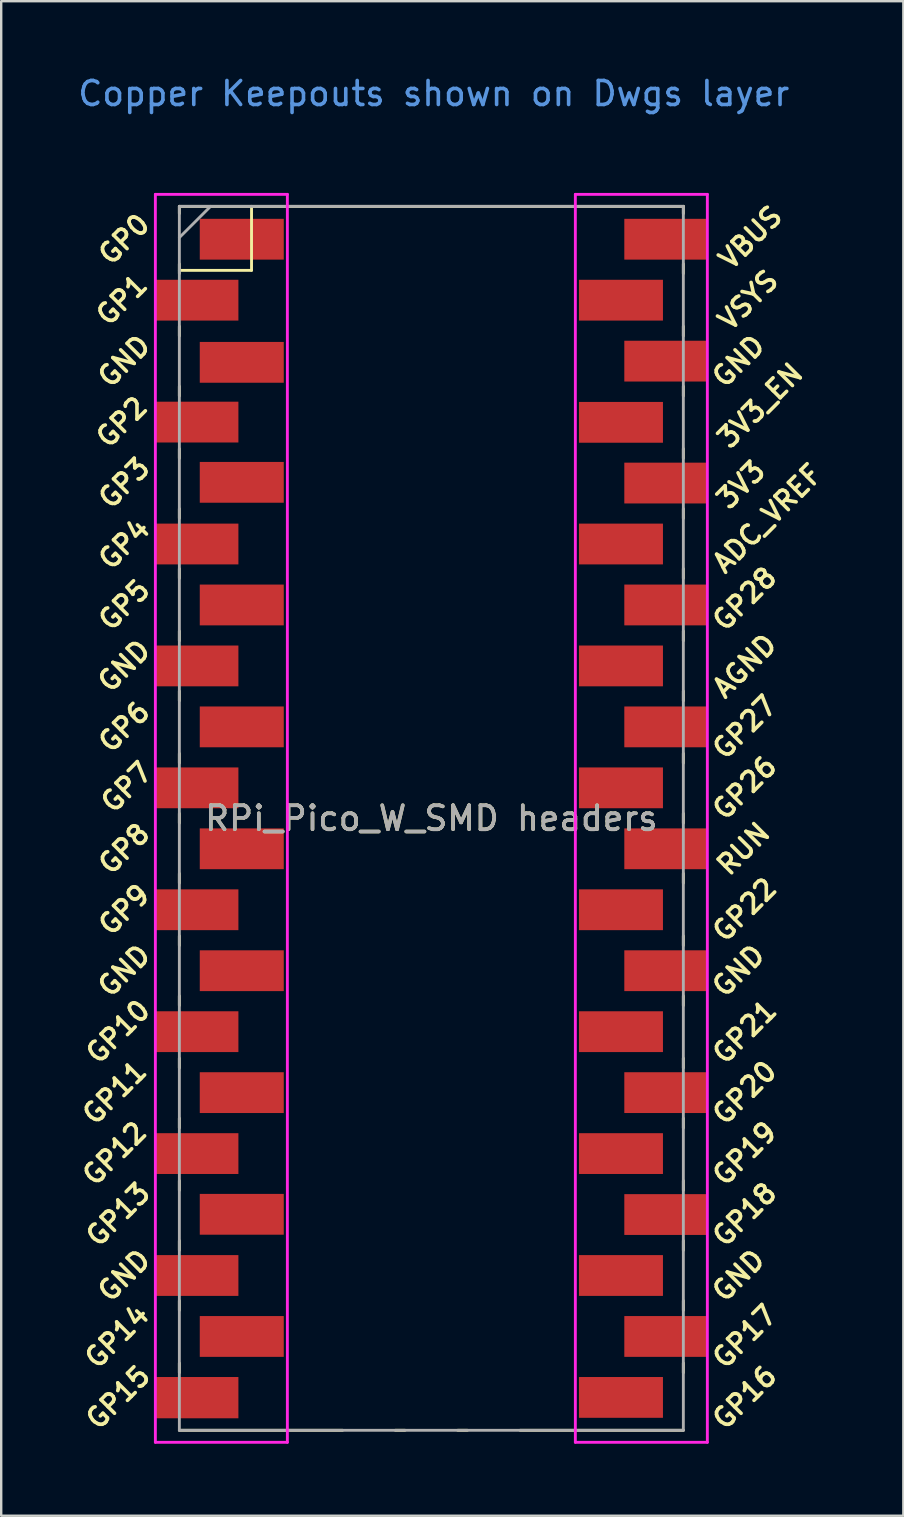
<source format=kicad_pcb>
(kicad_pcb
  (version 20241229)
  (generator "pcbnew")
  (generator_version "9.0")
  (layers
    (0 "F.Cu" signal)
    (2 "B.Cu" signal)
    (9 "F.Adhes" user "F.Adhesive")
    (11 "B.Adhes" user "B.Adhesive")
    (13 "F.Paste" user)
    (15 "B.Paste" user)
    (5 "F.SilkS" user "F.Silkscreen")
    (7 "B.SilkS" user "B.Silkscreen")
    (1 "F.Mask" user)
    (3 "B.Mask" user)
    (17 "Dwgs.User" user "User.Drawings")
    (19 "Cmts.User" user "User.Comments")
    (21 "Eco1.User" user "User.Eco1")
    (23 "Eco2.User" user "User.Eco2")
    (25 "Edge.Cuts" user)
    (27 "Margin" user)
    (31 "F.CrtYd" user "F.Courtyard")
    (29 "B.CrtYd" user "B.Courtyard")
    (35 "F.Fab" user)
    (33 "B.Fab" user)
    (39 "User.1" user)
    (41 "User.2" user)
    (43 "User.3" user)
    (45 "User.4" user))
  (footprint "RPi_Pico_W_SMD headers"
    (layer "F.Cu")
    (at 14.924 31.048)
    (property "Reference" "RPi_Pico_W_SMD headers" (at 0 0 0) (layer "F.SilkS") (effects (font (size 1 1) (thickness 0.15))))
    (attr smd)
    (fp_line (start -10.5 -25.5) (end -10.5 -25.2) (stroke (width 0.12) (type solid)) (layer "F.SilkS"))
    (fp_line (start -10.5 -25.5) (end 10.5 -25.5) (stroke (width 0.12) (type solid)) (layer "F.SilkS"))
    (fp_line (start -10.5 -23.1) (end -10.5 -22.7) (stroke (width 0.12) (type solid)) (layer "F.SilkS"))
    (fp_line (start -10.5 -22.833) (end -7.493 -22.833) (stroke (width 0.12) (type solid)) (layer "F.SilkS"))
    (fp_line (start -10.5 -20.5) (end -10.5 -20.1) (stroke (width 0.12) (type solid)) (layer "F.SilkS"))
    (fp_line (start -10.5 -18) (end -10.5 -17.6) (stroke (width 0.12) (type solid)) (layer "F.SilkS"))
    (fp_line (start -10.5 -15.4) (end -10.5 -15) (stroke (width 0.12) (type solid)) (layer "F.SilkS"))
    (fp_line (start -10.5 -12.9) (end -10.5 -12.5) (stroke (width 0.12) (type solid)) (layer "F.SilkS"))
    (fp_line (start -10.5 -10.4) (end -10.5 -10) (stroke (width 0.12) (type solid)) (layer "F.SilkS"))
    (fp_line (start -10.5 -7.8) (end -10.5 -7.4) (stroke (width 0.12) (type solid)) (layer "F.SilkS"))
    (fp_line (start -10.5 -5.3) (end -10.5 -4.9) (stroke (width 0.12) (type solid)) (layer "F.SilkS"))
    (fp_line (start -10.5 -2.7) (end -10.5 -2.3) (stroke (width 0.12) (type solid)) (layer "F.SilkS"))
    (fp_line (start -10.5 -0.2) (end -10.5 0.2) (stroke (width 0.12) (type solid)) (layer "F.SilkS"))
    (fp_line (start -10.5 2.3) (end -10.5 2.7) (stroke (width 0.12) (type solid)) (layer "F.SilkS"))
    (fp_line (start -10.5 4.9) (end -10.5 5.3) (stroke (width 0.12) (type solid)) (layer "F.SilkS"))
    (fp_line (start -10.5 7.4) (end -10.5 7.8) (stroke (width 0.12) (type solid)) (layer "F.SilkS"))
    (fp_line (start -10.5 10) (end -10.5 10.4) (stroke (width 0.12) (type solid)) (layer "F.SilkS"))
    (fp_line (start -10.5 12.5) (end -10.5 12.9) (stroke (width 0.12) (type solid)) (layer "F.SilkS"))
    (fp_line (start -10.5 15.1) (end -10.5 15.5) (stroke (width 0.12) (type solid)) (layer "F.SilkS"))
    (fp_line (start -10.5 17.6) (end -10.5 18) (stroke (width 0.12) (type solid)) (layer "F.SilkS"))
    (fp_line (start -10.5 20.1) (end -10.5 20.5) (stroke (width 0.12) (type solid)) (layer "F.SilkS"))
    (fp_line (start -10.5 22.7) (end -10.5 23.1) (stroke (width 0.12) (type solid)) (layer "F.SilkS"))
    (fp_line (start -7.493 -22.833) (end -7.493 -25.5) (stroke (width 0.12) (type solid)) (layer "F.SilkS"))
    (fp_line (start -3.7 25.5) (end -10.5 25.5) (stroke (width 0.12) (type solid)) (layer "F.SilkS"))
    (fp_line (start -1.5 25.5) (end -1.1 25.5) (stroke (width 0.12) (type solid)) (layer "F.SilkS"))
    (fp_line (start 1.1 25.5) (end 1.5 25.5) (stroke (width 0.12) (type solid)) (layer "F.SilkS"))
    (fp_line (start 10.5 -25.5) (end 10.5 -25.2) (stroke (width 0.12) (type solid)) (layer "F.SilkS"))
    (fp_line (start 10.5 -23.1) (end 10.5 -22.7) (stroke (width 0.12) (type solid)) (layer "F.SilkS"))
    (fp_line (start 10.5 -20.5) (end 10.5 -20.1) (stroke (width 0.12) (type solid)) (layer "F.SilkS"))
    (fp_line (start 10.5 -18) (end 10.5 -17.6) (stroke (width 0.12) (type solid)) (layer "F.SilkS"))
    (fp_line (start 10.5 -15.4) (end 10.5 -15) (stroke (width 0.12) (type solid)) (layer "F.SilkS"))
    (fp_line (start 10.5 -12.9) (end 10.5 -12.5) (stroke (width 0.12) (type solid)) (layer "F.SilkS"))
    (fp_line (start 10.5 -10.4) (end 10.5 -10) (stroke (width 0.12) (type solid)) (layer "F.SilkS"))
    (fp_line (start 10.5 -7.8) (end 10.5 -7.4) (stroke (width 0.12) (type solid)) (layer "F.SilkS"))
    (fp_line (start 10.5 -5.3) (end 10.5 -4.9) (stroke (width 0.12) (type solid)) (layer "F.SilkS"))
    (fp_line (start 10.5 -2.7) (end 10.5 -2.3) (stroke (width 0.12) (type solid)) (layer "F.SilkS"))
    (fp_line (start 10.5 -0.2) (end 10.5 0.2) (stroke (width 0.12) (type solid)) (layer "F.SilkS"))
    (fp_line (start 10.5 2.3) (end 10.5 2.7) (stroke (width 0.12) (type solid)) (layer "F.SilkS"))
    (fp_line (start 10.5 4.9) (end 10.5 5.3) (stroke (width 0.12) (type solid)) (layer "F.SilkS"))
    (fp_line (start 10.5 7.4) (end 10.5 7.8) (stroke (width 0.12) (type solid)) (layer "F.SilkS"))
    (fp_line (start 10.5 10) (end 10.5 10.4) (stroke (width 0.12) (type solid)) (layer "F.SilkS"))
    (fp_line (start 10.5 12.5) (end 10.5 12.9) (stroke (width 0.12) (type solid)) (layer "F.SilkS"))
    (fp_line (start 10.5 15.1) (end 10.5 15.5) (stroke (width 0.12) (type solid)) (layer "F.SilkS"))
    (fp_line (start 10.5 17.6) (end 10.5 18) (stroke (width 0.12) (type solid)) (layer "F.SilkS"))
    (fp_line (start 10.5 20.1) (end 10.5 20.5) (stroke (width 0.12) (type solid)) (layer "F.SilkS"))
    (fp_line (start 10.5 22.7) (end 10.5 23.1) (stroke (width 0.12) (type solid)) (layer "F.SilkS"))
    (fp_line (start 10.5 25.5) (end 3.7 25.5) (stroke (width 0.12) (type solid)) (layer "F.SilkS"))
    (fp_line (start -11.5 -26) (end -6 -26) (stroke (width 0.12) (type solid)) (layer "F.CrtYd"))
    (fp_line (start -11.5 26) (end -11.5 -26) (stroke (width 0.12) (type solid)) (layer "F.CrtYd"))
    (fp_line (start -6 -26) (end -6 26) (stroke (width 0.12) (type solid)) (layer "F.CrtYd"))
    (fp_line (start -6 26) (end -11.5 26) (stroke (width 0.12) (type solid)) (layer "F.CrtYd"))
    (fp_line (start 6 -26) (end 11.5 -26) (stroke (width 0.12) (type solid)) (layer "F.CrtYd"))
    (fp_line (start 6 26) (end 6 -26) (stroke (width 0.12) (type solid)) (layer "F.CrtYd"))
    (fp_line (start 11.5 -26) (end 11.5 26) (stroke (width 0.12) (type solid)) (layer "F.CrtYd"))
    (fp_line (start 11.5 26) (end 6 26) (stroke (width 0.12) (type solid)) (layer "F.CrtYd"))
    (fp_line (start -10.5 -25.5) (end 10.5 -25.5) (stroke (width 0.12) (type solid)) (layer "F.Fab"))
    (fp_line (start -10.5 -24.2) (end -9.2 -25.5) (stroke (width 0.12) (type solid)) (layer "F.Fab"))
    (fp_line (start -10.5 25.5) (end -10.5 -25.5) (stroke (width 0.12) (type solid)) (layer "F.Fab"))
    (fp_line (start 10.5 -25.5) (end 10.5 25.5) (stroke (width 0.12) (type solid)) (layer "F.Fab"))
    (fp_line (start 10.5 25.5) (end -10.5 25.5) (stroke (width 0.12) (type solid)) (layer "F.Fab"))
    (fp_text user "GP21" (at 13.054 8.9 45) (layer "F.SilkS") (effects (font (size 0.8 0.8) (thickness 0.15))))
    (fp_text user "GP2" (at -12.9 -16.51 45) (layer "F.SilkS") (effects (font (size 0.8 0.8) (thickness 0.15))))
    (fp_text user "VBUS" (at 13.3 -24.2 45) (layer "F.SilkS") (effects (font (size 0.8 0.8) (thickness 0.15))))
    (fp_text user "3V3_EN" (at 13.7 -17.2 45) (layer "F.SilkS") (effects (font (size 0.8 0.8) (thickness 0.15))))
    (fp_text user "AGND" (at 13.054 -6.35 45) (layer "F.SilkS") (effects (font (size 0.8 0.8) (thickness 0.15))))
    (fp_text user "GP14" (at -13.1 21.59 45) (layer "F.SilkS") (effects (font (size 0.8 0.8) (thickness 0.15))))
    (fp_text user "GP5" (at -12.8 -8.89 45) (layer "F.SilkS") (effects (font (size 0.8 0.8) (thickness 0.15))))
    (fp_text user "GP28" (at 13.054 -9.144 45) (layer "F.SilkS") (effects (font (size 0.8 0.8) (thickness 0.15))))
    (fp_text user "GP22" (at 13.054 3.81 45) (layer "F.SilkS") (effects (font (size 0.8 0.8) (thickness 0.15))))
    (fp_text user "GP19" (at 13.054 13.97 45) (layer "F.SilkS") (effects (font (size 0.8 0.8) (thickness 0.15))))
    (fp_text user "GP10" (at -13.054 8.89 45) (layer "F.SilkS") (effects (font (size 0.8 0.8) (thickness 0.15))))
    (fp_text user "GP27" (at 13.054 -3.8 45) (layer "F.SilkS") (effects (font (size 0.8 0.8) (thickness 0.15))))
    (fp_text user "GP3" (at -12.8 -13.97 45) (layer "F.SilkS") (effects (font (size 0.8 0.8) (thickness 0.15))))
    (fp_text user "GP13" (at -13.054 16.51 45) (layer "F.SilkS") (effects (font (size 0.8 0.8) (thickness 0.15))))
    (fp_text user "GND" (at -12.8 19.05 45) (layer "F.SilkS") (effects (font (size 0.8 0.8) (thickness 0.15))))
    (fp_text user "GP1" (at -12.9 -21.6 45) (layer "F.SilkS") (effects (font (size 0.8 0.8) (thickness 0.15))))
    (fp_text user "GP11" (at -13.2 11.43 45) (layer "F.SilkS") (effects (font (size 0.8 0.8) (thickness 0.15))))
    (fp_text user "GND" (at 12.8 6.35 45) (layer "F.SilkS") (effects (font (size 0.8 0.8) (thickness 0.15))))
    (fp_text user "GND" (at -12.8 -19.05 45) (layer "F.SilkS") (effects (font (size 0.8 0.8) (thickness 0.15))))
    (fp_text user "ADC_VREF" (at 14 -12.5 45) (layer "F.SilkS") (effects (font (size 0.8 0.8) (thickness 0.15))))
    (fp_text user "GP26" (at 13.054 -1.27 45) (layer "F.SilkS") (effects (font (size 0.8 0.8) (thickness 0.15))))
    (fp_text user "RUN" (at 13 1.27 45) (layer "F.SilkS") (effects (font (size 0.8 0.8) (thickness 0.15))))
    (fp_text user "GP6" (at -12.8 -3.81 45) (layer "F.SilkS") (effects (font (size 0.8 0.8) (thickness 0.15))))
    (fp_text user "GP15" (at -13.054 24.13 45) (layer "F.SilkS") (effects (font (size 0.8 0.8) (thickness 0.15))))
    (fp_text user "GP12" (at -13.2 13.97 45) (layer "F.SilkS") (effects (font (size 0.8 0.8) (thickness 0.15))))
    (fp_text user "GP17" (at 13.054 21.59 45) (layer "F.SilkS") (effects (font (size 0.8 0.8) (thickness 0.15))))
    (fp_text user "GND" (at 12.8 19.05 45) (layer "F.SilkS") (effects (font (size 0.8 0.8) (thickness 0.15))))
    (fp_text user "GND" (at 12.8 -19.05 45) (layer "F.SilkS") (effects (font (size 0.8 0.8) (thickness 0.15))))
    (fp_text user "GND" (at -12.8 -6.35 45) (layer "F.SilkS") (effects (font (size 0.8 0.8) (thickness 0.15))))
    (fp_text user "GP9" (at -12.8 3.81 45) (layer "F.SilkS") (effects (font (size 0.8 0.8) (thickness 0.15))))
    (fp_text user "VSYS" (at 13.2 -21.59 45) (layer "F.SilkS") (effects (font (size 0.8 0.8) (thickness 0.15))))
    (fp_text user "GP16" (at 13.054 24.13 45) (layer "F.SilkS") (effects (font (size 0.8 0.8) (thickness 0.15))))
    (fp_text user "GP8" (at -12.8 1.27 45) (layer "F.SilkS") (effects (font (size 0.8 0.8) (thickness 0.15))))
    (fp_text user "GP20" (at 13.054 11.43 45) (layer "F.SilkS") (effects (font (size 0.8 0.8) (thickness 0.15))))
    (fp_text user "GP0" (at -12.8 -24.13 45) (layer "F.SilkS") (effects (font (size 0.8 0.8) (thickness 0.15))))
    (fp_text user "GND" (at -12.8 6.35 45) (layer "F.SilkS") (effects (font (size 0.8 0.8) (thickness 0.15))))
    (fp_text user "GP4" (at -12.8 -11.43 45) (layer "F.SilkS") (effects (font (size 0.8 0.8) (thickness 0.15))))
    (fp_text user "GP18" (at 13.054 16.51 45) (layer "F.SilkS") (effects (font (size 0.8 0.8) (thickness 0.15))))
    (fp_text user "3V3" (at 12.9 -13.9 45) (layer "F.SilkS") (effects (font (size 0.8 0.8) (thickness 0.15))))
    (fp_text user "GP7" (at -12.7 -1.3 45) (layer "F.SilkS") (effects (font (size 0.8 0.8) (thickness 0.15))))
    (fp_text user "Copper Keepouts shown on Dwgs layer" (at 0.1 -30.2 0) (layer "Cmts.User") (effects (font (size 1 1) (thickness 0.15))))
    (fp_text user "${REFERENCE}" (at 0 0 180) (layer "F.Fab") (effects (font (size 1 1) (thickness 0.15))))
    (pad "1" smd rect (at -7 -24.13) (size 3.5 1.7) (drill (offset -0.9 0)) (layers "F.Cu" "F.Mask"))
    (pad "2" smd rect (at -8.89 -21.59) (size 3.46 1.7) (drill (offset -0.88 0)) (layers "F.Cu" "F.Mask"))
    (pad "3" smd rect (at -7 -19) (size 3.5 1.7) (drill (offset -0.9 0)) (layers "F.Cu" "F.Mask"))
    (pad "4" smd rect (at -8.89 -16.51) (size 3.46 1.7) (drill (offset -0.88 0)) (layers "F.Cu" "F.Mask"))
    (pad "5" smd rect (at -7 -14) (size 3.5 1.7) (drill (offset -0.9 0)) (layers "F.Cu" "F.Mask"))
    (pad "6" smd rect (at -8.89 -11.43) (size 3.46 1.7) (drill (offset -0.88 0)) (layers "F.Cu" "F.Mask"))
    (pad "7" smd rect (at -7 -8.89) (size 3.5 1.7) (drill (offset -0.9 0)) (layers "F.Cu" "F.Mask"))
    (pad "8" smd rect (at -8.89 -6.35) (size 3.46 1.7) (drill (offset -0.88 0)) (layers "F.Cu" "F.Mask"))
    (pad "9" smd rect (at -7 -3.81) (size 3.5 1.7) (drill (offset -0.9 0)) (layers "F.Cu" "F.Mask"))
    (pad "10" smd rect (at -8.89 -1.27) (size 3.46 1.7) (drill (offset -0.88 0)) (layers "F.Cu" "F.Mask"))
    (pad "11" smd rect (at -7 1.27) (size 3.5 1.7) (drill (offset -0.9 0)) (layers "F.Cu" "F.Mask"))
    (pad "12" smd rect (at -8.89 3.81) (size 3.46 1.7) (drill (offset -0.88 0)) (layers "F.Cu" "F.Mask"))
    (pad "13" smd rect (at -7 6.35) (size 3.5 1.7) (drill (offset -0.9 0)) (layers "F.Cu" "F.Mask"))
    (pad "14" smd rect (at -8.89 8.89) (size 3.46 1.7) (drill (offset -0.88 0)) (layers "F.Cu" "F.Mask"))
    (pad "15" smd rect (at -7 11.43) (size 3.5 1.7) (drill (offset -0.9 0)) (layers "F.Cu" "F.Mask"))
    (pad "16" smd rect (at -8.89 13.97) (size 3.46 1.7) (drill (offset -0.88 0)) (layers "F.Cu" "F.Mask"))
    (pad "17" smd rect (at -7 16.5) (size 3.5 1.7) (drill (offset -0.9 0)) (layers "F.Cu" "F.Mask"))
    (pad "18" smd rect (at -8.89 19.05) (size 3.46 1.7) (drill (offset -0.88 0)) (layers "F.Cu" "F.Mask"))
    (pad "19" smd rect (at -7 21.59) (size 3.5 1.7) (drill (offset -0.9 0)) (layers "F.Cu" "F.Mask"))
    (pad "20" smd rect (at -8.89 24.13) (size 3.46 1.72) (drill (offset -0.88 0.01)) (layers "F.Cu" "F.Mask"))
    (pad "21" smd rect (at 7 24.13) (size 3.5 1.7) (drill (offset 0.9 0)) (layers "F.Cu" "F.Mask"))
    (pad "22" smd rect (at 8.89 21.59) (size 3.46 1.7) (drill (offset 0.88 0)) (layers "F.Cu" "F.Mask"))
    (pad "23" smd rect (at 7 19.05) (size 3.5 1.7) (drill (offset 0.9 0)) (layers "F.Cu" "F.Mask"))
    (pad "24" smd rect (at 8.89 16.51) (size 3.46 1.7) (drill (offset 0.88 0)) (layers "F.Cu" "F.Mask"))
    (pad "25" smd rect (at 7 13.97) (size 3.5 1.7) (drill (offset 0.9 0)) (layers "F.Cu" "F.Mask"))
    (pad "26" smd rect (at 8.89 11.43) (size 3.46 1.7) (drill (offset 0.88 0)) (layers "F.Cu" "F.Mask"))
    (pad "27" smd rect (at 7 8.89) (size 3.5 1.7) (drill (offset 0.9 0)) (layers "F.Cu" "F.Mask"))
    (pad "28" smd rect (at 8.89 6.35) (size 3.46 1.7) (drill (offset 0.88 0)) (layers "F.Cu" "F.Mask"))
    (pad "29" smd rect (at 7 3.81) (size 3.5 1.7) (drill (offset 0.9 0)) (layers "F.Cu" "F.Mask"))
    (pad "30" smd rect (at 8.89 1.27) (size 3.46 1.7) (drill (offset 0.88 0)) (layers "F.Cu" "F.Mask"))
    (pad "31" smd rect (at 7 -1.27) (size 3.5 1.7) (drill (offset 0.9 0)) (layers "F.Cu" "F.Mask"))
    (pad "32" smd rect (at 8.89 -3.81) (size 3.46 1.7) (drill (offset 0.88 0)) (layers "F.Cu" "F.Mask"))
    (pad "33" smd rect (at 7 -6.35) (size 3.5 1.7) (drill (offset 0.9 0)) (layers "F.Cu" "F.Mask"))
    (pad "34" smd rect (at 8.89 -8.89) (size 3.46 1.7) (drill (offset 0.88 0)) (layers "F.Cu" "F.Mask"))
    (pad "35" smd rect (at 7 -11.43) (size 3.5 1.7) (drill (offset 0.9 0)) (layers "F.Cu" "F.Mask"))
    (pad "36" smd rect (at 8.89 -13.97) (size 3.46 1.7) (drill (offset 0.88 0)) (layers "F.Cu" "F.Mask"))
    (pad "37" smd rect (at 7 -16.5) (size 3.5 1.7) (drill (offset 0.9 0)) (layers "F.Cu" "F.Mask"))
    (pad "38" smd rect (at 8.89 -19.05) (size 3.46 1.7) (drill (offset 0.88 0)) (layers "F.Cu" "F.Mask"))
    (pad "39" smd rect (at 7 -21.59) (size 3.5 1.7) (drill (offset 0.9 0)) (layers "F.Cu" "F.Mask"))
    (pad "40" smd rect (at 8.89 -24.13) (size 3.46 1.7) (drill (offset 0.88 0)) (layers "F.Cu" "F.Mask")))
  (gr_rect
    (start -3 -3)
    (end 34.591 60.108)
    (stroke (width 0.1) (type default))
    (fill no)
    (layer "Edge.Cuts")))
</source>
